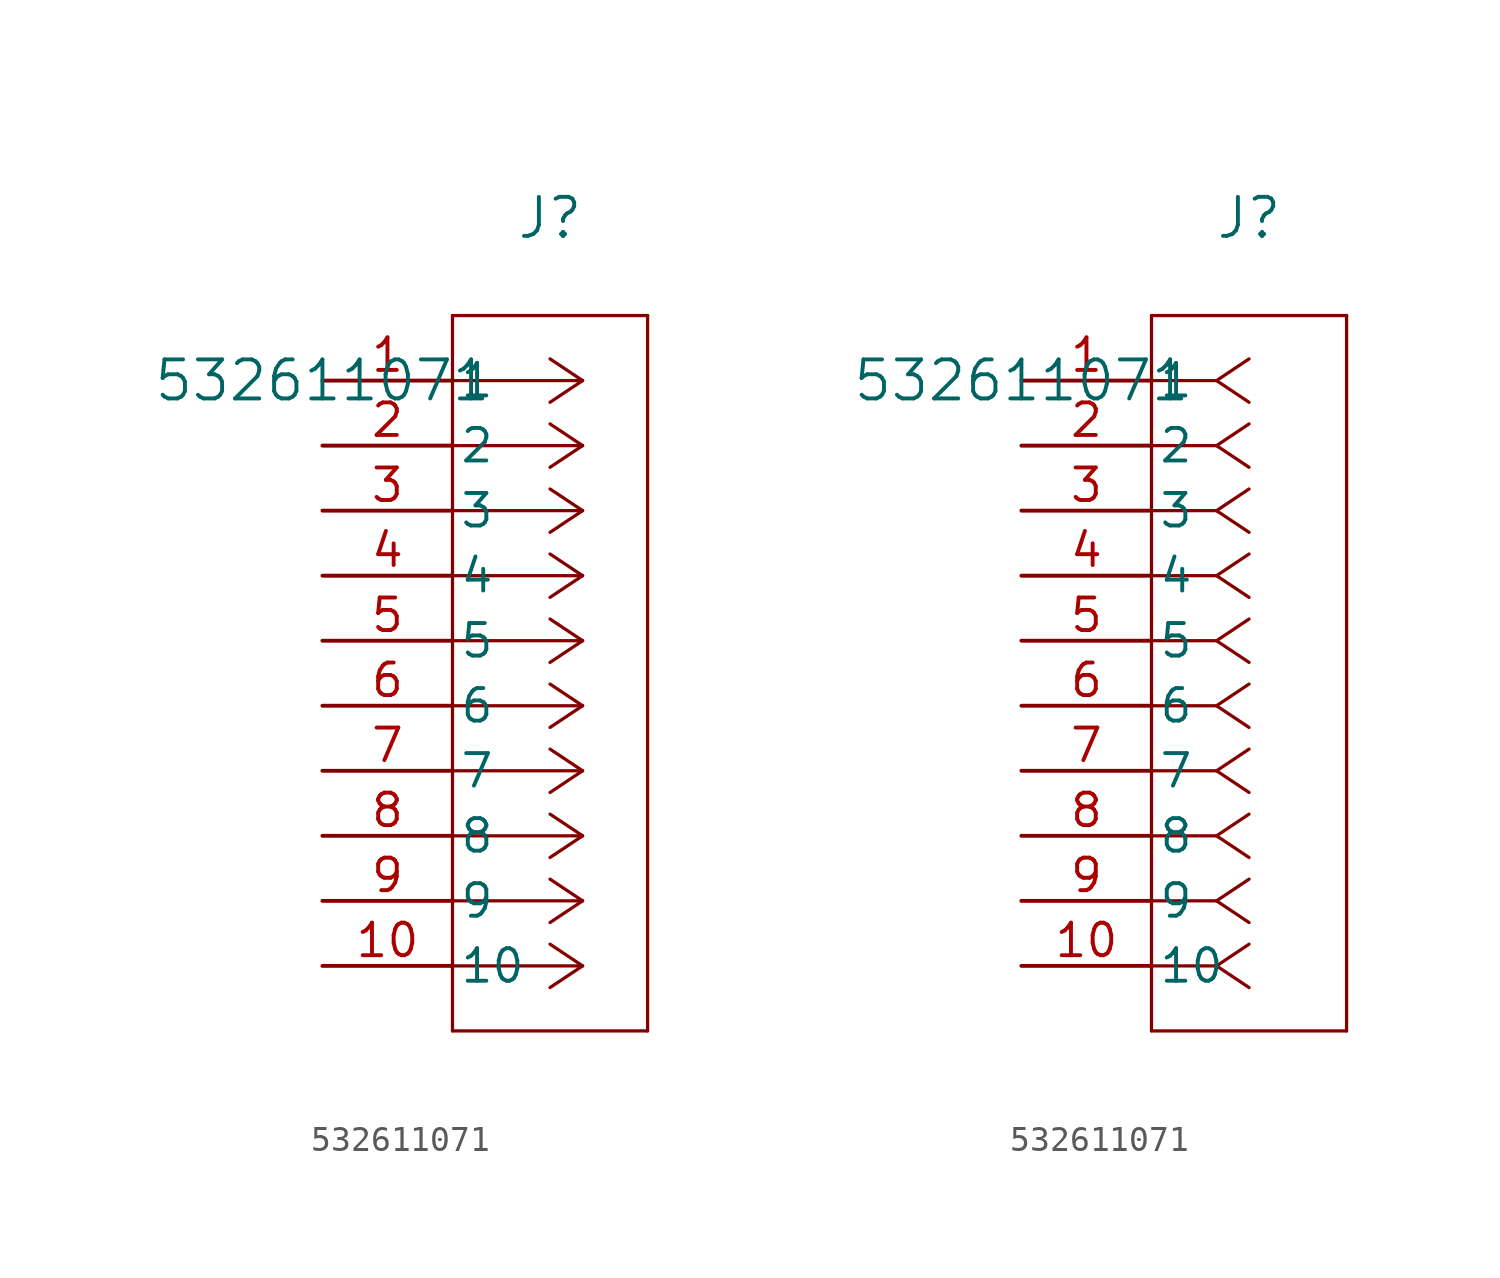
<source format=kicad_sym>
(kicad_symbol_lib
  (version 20211014)
  (generator kicad_symbol_editor)
  (symbol "532611071"
    (pin_names
      (offset 0.254))
    (property "Reference" "J"
      (at 8.89 6.35 0)
      (effects (font (size 1.524 1.524))))
    (property "Value" "532611071"
      (at 0 0 0)
      (effects (font (size 1.524 1.524))))
    (symbol "532611071_1_1"
      (polyline (pts (xy 10.16 0) (xy 5.08 0)) (stroke (width 0.127) (type default) (color 0 0 0 0)) (fill (type none)))
      (polyline (pts (xy 10.16 -2.54) (xy 5.08 -2.54)) (stroke (width 0.127) (type default) (color 0 0 0 0)) (fill (type none)))
      (polyline (pts (xy 10.16 -5.08) (xy 5.08 -5.08)) (stroke (width 0.127) (type default) (color 0 0 0 0)) (fill (type none)))
      (polyline (pts (xy 10.16 -7.62) (xy 5.08 -7.62)) (stroke (width 0.127) (type default) (color 0 0 0 0)) (fill (type none)))
      (polyline (pts (xy 10.16 -10.16) (xy 5.08 -10.16)) (stroke (width 0.127) (type default) (color 0 0 0 0)) (fill (type none)))
      (polyline (pts (xy 10.16 -12.7) (xy 5.08 -12.7)) (stroke (width 0.127) (type default) (color 0 0 0 0)) (fill (type none)))
      (polyline (pts (xy 10.16 -15.24) (xy 5.08 -15.24)) (stroke (width 0.127) (type default) (color 0 0 0 0)) (fill (type none)))
      (polyline (pts (xy 10.16 -17.78) (xy 5.08 -17.78)) (stroke (width 0.127) (type default) (color 0 0 0 0)) (fill (type none)))
      (polyline (pts (xy 10.16 -20.32) (xy 5.08 -20.32)) (stroke (width 0.127) (type default) (color 0 0 0 0)) (fill (type none)))
      (polyline (pts (xy 10.16 -22.86) (xy 5.08 -22.86)) (stroke (width 0.127) (type default) (color 0 0 0 0)) (fill (type none)))
      (polyline (pts (xy 10.16 0) (xy 8.89 0.847)) (stroke (width 0.127) (type default) (color 0 0 0 0)) (fill (type none)))
      (polyline (pts (xy 10.16 -2.54) (xy 8.89 -1.693)) (stroke (width 0.127) (type default) (color 0 0 0 0)) (fill (type none)))
      (polyline (pts (xy 10.16 -5.08) (xy 8.89 -4.233)) (stroke (width 0.127) (type default) (color 0 0 0 0)) (fill (type none)))
      (polyline (pts (xy 10.16 -7.62) (xy 8.89 -6.773)) (stroke (width 0.127) (type default) (color 0 0 0 0)) (fill (type none)))
      (polyline (pts (xy 10.16 -10.16) (xy 8.89 -9.313)) (stroke (width 0.127) (type default) (color 0 0 0 0)) (fill (type none)))
      (polyline (pts (xy 10.16 -12.7) (xy 8.89 -11.853)) (stroke (width 0.127) (type default) (color 0 0 0 0)) (fill (type none)))
      (polyline (pts (xy 10.16 -15.24) (xy 8.89 -14.393)) (stroke (width 0.127) (type default) (color 0 0 0 0)) (fill (type none)))
      (polyline (pts (xy 10.16 -17.78) (xy 8.89 -16.933)) (stroke (width 0.127) (type default) (color 0 0 0 0)) (fill (type none)))
      (polyline (pts (xy 10.16 -20.32) (xy 8.89 -19.473)) (stroke (width 0.127) (type default) (color 0 0 0 0)) (fill (type none)))
      (polyline (pts (xy 10.16 -22.86) (xy 8.89 -22.013)) (stroke (width 0.127) (type default) (color 0 0 0 0)) (fill (type none)))
      (polyline (pts (xy 10.16 0) (xy 8.89 -0.847)) (stroke (width 0.127) (type default) (color 0 0 0 0)) (fill (type none)))
      (polyline (pts (xy 10.16 -2.54) (xy 8.89 -3.387)) (stroke (width 0.127) (type default) (color 0 0 0 0)) (fill (type none)))
      (polyline (pts (xy 10.16 -5.08) (xy 8.89 -5.927)) (stroke (width 0.127) (type default) (color 0 0 0 0)) (fill (type none)))
      (polyline (pts (xy 10.16 -7.62) (xy 8.89 -8.467)) (stroke (width 0.127) (type default) (color 0 0 0 0)) (fill (type none)))
      (polyline (pts (xy 10.16 -10.16) (xy 8.89 -11.007)) (stroke (width 0.127) (type default) (color 0 0 0 0)) (fill (type none)))
      (polyline (pts (xy 10.16 -12.7) (xy 8.89 -13.547)) (stroke (width 0.127) (type default) (color 0 0 0 0)) (fill (type none)))
      (polyline (pts (xy 10.16 -15.24) (xy 8.89 -16.087)) (stroke (width 0.127) (type default) (color 0 0 0 0)) (fill (type none)))
      (polyline (pts (xy 10.16 -17.78) (xy 8.89 -18.627)) (stroke (width 0.127) (type default) (color 0 0 0 0)) (fill (type none)))
      (polyline (pts (xy 10.16 -20.32) (xy 8.89 -21.167)) (stroke (width 0.127) (type default) (color 0 0 0 0)) (fill (type none)))
      (polyline (pts (xy 10.16 -22.86) (xy 8.89 -23.707)) (stroke (width 0.127) (type default) (color 0 0 0 0)) (fill (type none)))
      (polyline (pts (xy 5.08 2.54) (xy 5.08 -25.4)) (stroke (width 0.127) (type default) (color 0 0 0 0)) (fill (type none)))
      (polyline (pts (xy 5.08 -25.4) (xy 12.7 -25.4)) (stroke (width 0.127) (type default) (color 0 0 0 0)) (fill (type none)))
      (polyline (pts (xy 12.7 -25.4) (xy 12.7 2.54)) (stroke (width 0.127) (type default) (color 0 0 0 0)) (fill (type none)))
      (polyline (pts (xy 12.7 2.54) (xy 5.08 2.54)) (stroke (width 0.127) (type default) (color 0 0 0 0)) (fill (type none)))
      (pin unspecified line (at 0 0 0) (length 5.08) (name "1" (effects (font (size 1.27 1.27)))) (number "1" (effects (font (size 1.27 1.27)))))
      (pin unspecified line (at 0 -2.54 0) (length 5.08) (name "2" (effects (font (size 1.27 1.27)))) (number "2" (effects (font (size 1.27 1.27)))))
      (pin unspecified line (at 0 -5.08 0) (length 5.08) (name "3" (effects (font (size 1.27 1.27)))) (number "3" (effects (font (size 1.27 1.27)))))
      (pin unspecified line (at 0 -7.62 0) (length 5.08) (name "4" (effects (font (size 1.27 1.27)))) (number "4" (effects (font (size 1.27 1.27)))))
      (pin unspecified line (at 0 -10.16 0) (length 5.08) (name "5" (effects (font (size 1.27 1.27)))) (number "5" (effects (font (size 1.27 1.27)))))
      (pin unspecified line (at 0 -12.7 0) (length 5.08) (name "6" (effects (font (size 1.27 1.27)))) (number "6" (effects (font (size 1.27 1.27)))))
      (pin unspecified line (at 0 -15.24 0) (length 5.08) (name "7" (effects (font (size 1.27 1.27)))) (number "7" (effects (font (size 1.27 1.27)))))
      (pin unspecified line (at 0 -17.78 0) (length 5.08) (name "8" (effects (font (size 1.27 1.27)))) (number "8" (effects (font (size 1.27 1.27)))))
      (pin unspecified line (at 0 -20.32 0) (length 5.08) (name "9" (effects (font (size 1.27 1.27)))) (number "9" (effects (font (size 1.27 1.27)))))
      (pin unspecified line (at 0 -22.86 0) (length 5.08) (name "10" (effects (font (size 1.27 1.27)))) (number "10" (effects (font (size 1.27 1.27))))))
    (symbol "532611071_1_2"
      (polyline (pts (xy 7.62 0) (xy 5.08 0)) (stroke (width 0.127) (type default) (color 0 0 0 0)) (fill (type none)))
      (polyline (pts (xy 7.62 -2.54) (xy 5.08 -2.54)) (stroke (width 0.127) (type default) (color 0 0 0 0)) (fill (type none)))
      (polyline (pts (xy 7.62 -5.08) (xy 5.08 -5.08)) (stroke (width 0.127) (type default) (color 0 0 0 0)) (fill (type none)))
      (polyline (pts (xy 7.62 -7.62) (xy 5.08 -7.62)) (stroke (width 0.127) (type default) (color 0 0 0 0)) (fill (type none)))
      (polyline (pts (xy 7.62 -10.16) (xy 5.08 -10.16)) (stroke (width 0.127) (type default) (color 0 0 0 0)) (fill (type none)))
      (polyline (pts (xy 7.62 -12.7) (xy 5.08 -12.7)) (stroke (width 0.127) (type default) (color 0 0 0 0)) (fill (type none)))
      (polyline (pts (xy 7.62 -15.24) (xy 5.08 -15.24)) (stroke (width 0.127) (type default) (color 0 0 0 0)) (fill (type none)))
      (polyline (pts (xy 7.62 -17.78) (xy 5.08 -17.78)) (stroke (width 0.127) (type default) (color 0 0 0 0)) (fill (type none)))
      (polyline (pts (xy 7.62 -20.32) (xy 5.08 -20.32)) (stroke (width 0.127) (type default) (color 0 0 0 0)) (fill (type none)))
      (polyline (pts (xy 7.62 -22.86) (xy 5.08 -22.86)) (stroke (width 0.127) (type default) (color 0 0 0 0)) (fill (type none)))
      (polyline (pts (xy 7.62 0) (xy 8.89 0.847)) (stroke (width 0.127) (type default) (color 0 0 0 0)) (fill (type none)))
      (polyline (pts (xy 7.62 -2.54) (xy 8.89 -1.693)) (stroke (width 0.127) (type default) (color 0 0 0 0)) (fill (type none)))
      (polyline (pts (xy 7.62 -5.08) (xy 8.89 -4.233)) (stroke (width 0.127) (type default) (color 0 0 0 0)) (fill (type none)))
      (polyline (pts (xy 7.62 -7.62) (xy 8.89 -6.773)) (stroke (width 0.127) (type default) (color 0 0 0 0)) (fill (type none)))
      (polyline (pts (xy 7.62 -10.16) (xy 8.89 -9.313)) (stroke (width 0.127) (type default) (color 0 0 0 0)) (fill (type none)))
      (polyline (pts (xy 7.62 -12.7) (xy 8.89 -11.853)) (stroke (width 0.127) (type default) (color 0 0 0 0)) (fill (type none)))
      (polyline (pts (xy 7.62 -15.24) (xy 8.89 -14.393)) (stroke (width 0.127) (type default) (color 0 0 0 0)) (fill (type none)))
      (polyline (pts (xy 7.62 -17.78) (xy 8.89 -16.933)) (stroke (width 0.127) (type default) (color 0 0 0 0)) (fill (type none)))
      (polyline (pts (xy 7.62 -20.32) (xy 8.89 -19.473)) (stroke (width 0.127) (type default) (color 0 0 0 0)) (fill (type none)))
      (polyline (pts (xy 7.62 -22.86) (xy 8.89 -22.013)) (stroke (width 0.127) (type default) (color 0 0 0 0)) (fill (type none)))
      (polyline (pts (xy 7.62 0) (xy 8.89 -0.847)) (stroke (width 0.127) (type default) (color 0 0 0 0)) (fill (type none)))
      (polyline (pts (xy 7.62 -2.54) (xy 8.89 -3.387)) (stroke (width 0.127) (type default) (color 0 0 0 0)) (fill (type none)))
      (polyline (pts (xy 7.62 -5.08) (xy 8.89 -5.927)) (stroke (width 0.127) (type default) (color 0 0 0 0)) (fill (type none)))
      (polyline (pts (xy 7.62 -7.62) (xy 8.89 -8.467)) (stroke (width 0.127) (type default) (color 0 0 0 0)) (fill (type none)))
      (polyline (pts (xy 7.62 -10.16) (xy 8.89 -11.007)) (stroke (width 0.127) (type default) (color 0 0 0 0)) (fill (type none)))
      (polyline (pts (xy 7.62 -12.7) (xy 8.89 -13.547)) (stroke (width 0.127) (type default) (color 0 0 0 0)) (fill (type none)))
      (polyline (pts (xy 7.62 -15.24) (xy 8.89 -16.087)) (stroke (width 0.127) (type default) (color 0 0 0 0)) (fill (type none)))
      (polyline (pts (xy 7.62 -17.78) (xy 8.89 -18.627)) (stroke (width 0.127) (type default) (color 0 0 0 0)) (fill (type none)))
      (polyline (pts (xy 7.62 -20.32) (xy 8.89 -21.167)) (stroke (width 0.127) (type default) (color 0 0 0 0)) (fill (type none)))
      (polyline (pts (xy 7.62 -22.86) (xy 8.89 -23.707)) (stroke (width 0.127) (type default) (color 0 0 0 0)) (fill (type none)))
      (polyline (pts (xy 5.08 2.54) (xy 5.08 -25.4)) (stroke (width 0.127) (type default) (color 0 0 0 0)) (fill (type none)))
      (polyline (pts (xy 5.08 -25.4) (xy 12.7 -25.4)) (stroke (width 0.127) (type default) (color 0 0 0 0)) (fill (type none)))
      (polyline (pts (xy 12.7 -25.4) (xy 12.7 2.54)) (stroke (width 0.127) (type default) (color 0 0 0 0)) (fill (type none)))
      (polyline (pts (xy 12.7 2.54) (xy 5.08 2.54)) (stroke (width 0.127) (type default) (color 0 0 0 0)) (fill (type none)))
      (pin unspecified line (at 0 0 0) (length 5.08) (name "1" (effects (font (size 1.27 1.27)))) (number "1" (effects (font (size 1.27 1.27)))))
      (pin unspecified line (at 0 -2.54 0) (length 5.08) (name "2" (effects (font (size 1.27 1.27)))) (number "2" (effects (font (size 1.27 1.27)))))
      (pin unspecified line (at 0 -5.08 0) (length 5.08) (name "3" (effects (font (size 1.27 1.27)))) (number "3" (effects (font (size 1.27 1.27)))))
      (pin unspecified line (at 0 -7.62 0) (length 5.08) (name "4" (effects (font (size 1.27 1.27)))) (number "4" (effects (font (size 1.27 1.27)))))
      (pin unspecified line (at 0 -10.16 0) (length 5.08) (name "5" (effects (font (size 1.27 1.27)))) (number "5" (effects (font (size 1.27 1.27)))))
      (pin unspecified line (at 0 -12.7 0) (length 5.08) (name "6" (effects (font (size 1.27 1.27)))) (number "6" (effects (font (size 1.27 1.27)))))
      (pin unspecified line (at 0 -15.24 0) (length 5.08) (name "7" (effects (font (size 1.27 1.27)))) (number "7" (effects (font (size 1.27 1.27)))))
      (pin unspecified line (at 0 -17.78 0) (length 5.08) (name "8" (effects (font (size 1.27 1.27)))) (number "8" (effects (font (size 1.27 1.27)))))
      (pin unspecified line (at 0 -20.32 0) (length 5.08) (name "9" (effects (font (size 1.27 1.27)))) (number "9" (effects (font (size 1.27 1.27)))))
      (pin unspecified line (at 0 -22.86 0) (length 5.08) (name "10" (effects (font (size 1.27 1.27)))) (number "10" (effects (font (size 1.27 1.27))))))))
</source>
